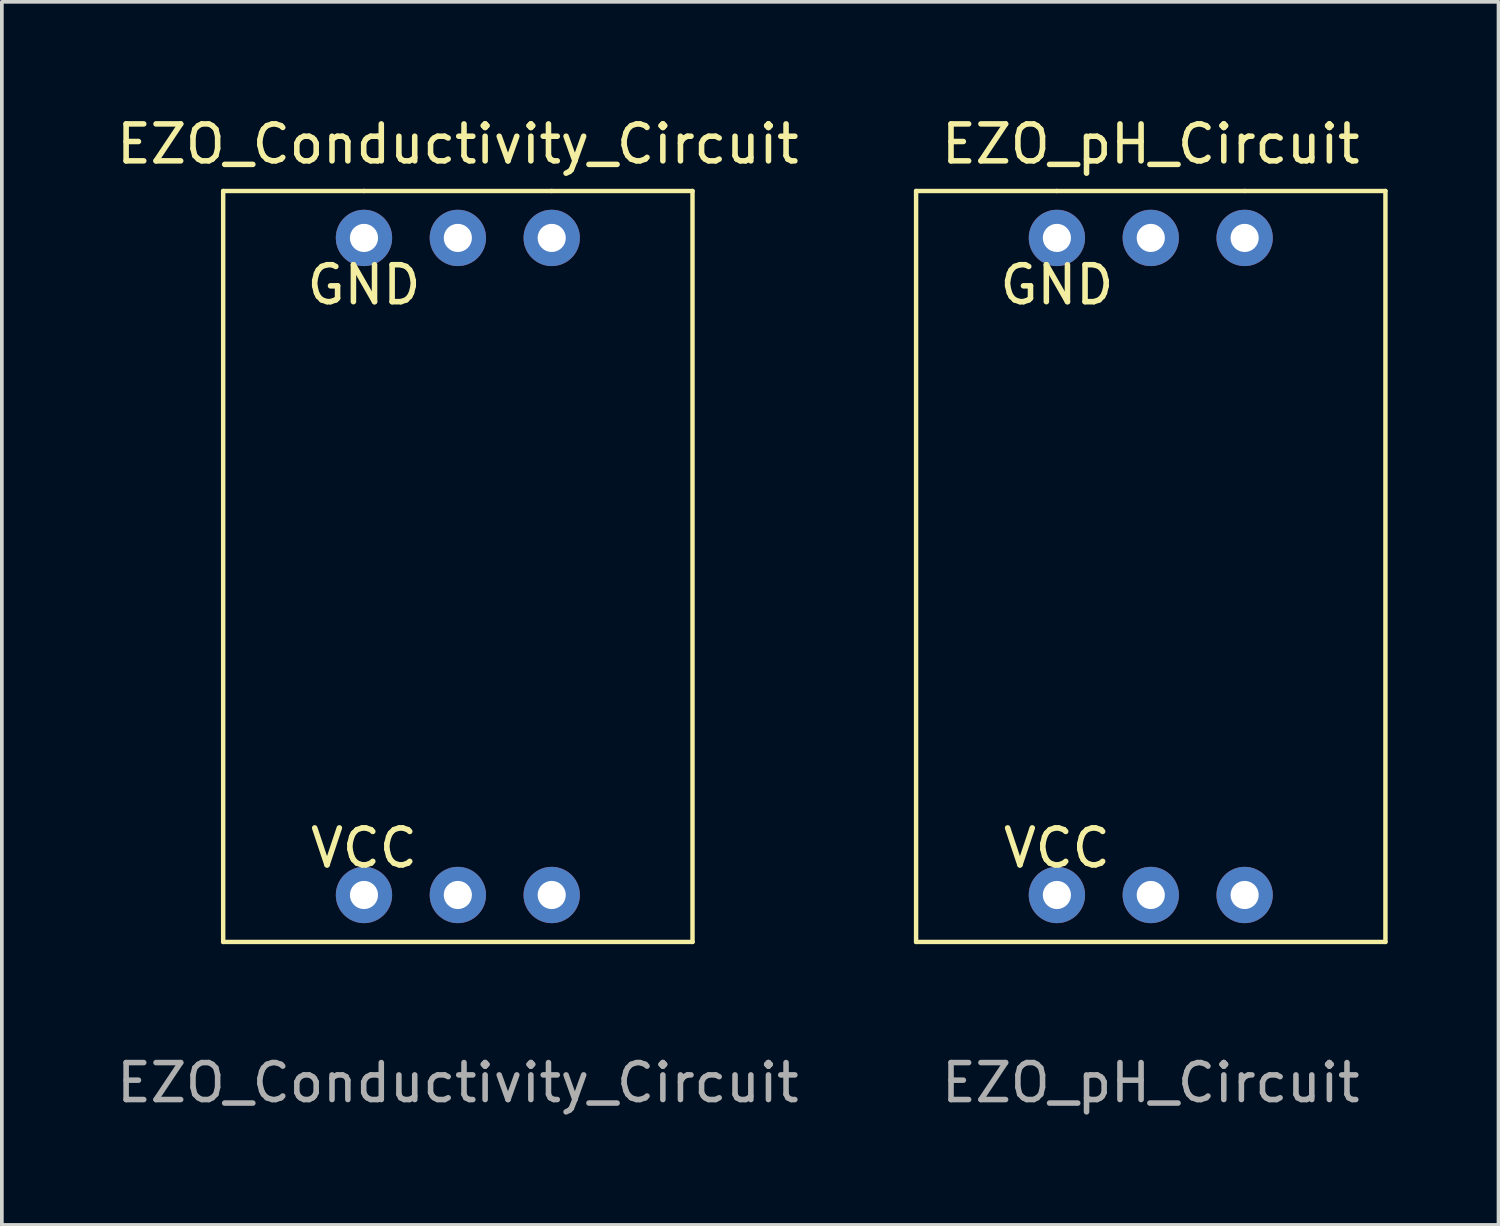
<source format=kicad_pcb>
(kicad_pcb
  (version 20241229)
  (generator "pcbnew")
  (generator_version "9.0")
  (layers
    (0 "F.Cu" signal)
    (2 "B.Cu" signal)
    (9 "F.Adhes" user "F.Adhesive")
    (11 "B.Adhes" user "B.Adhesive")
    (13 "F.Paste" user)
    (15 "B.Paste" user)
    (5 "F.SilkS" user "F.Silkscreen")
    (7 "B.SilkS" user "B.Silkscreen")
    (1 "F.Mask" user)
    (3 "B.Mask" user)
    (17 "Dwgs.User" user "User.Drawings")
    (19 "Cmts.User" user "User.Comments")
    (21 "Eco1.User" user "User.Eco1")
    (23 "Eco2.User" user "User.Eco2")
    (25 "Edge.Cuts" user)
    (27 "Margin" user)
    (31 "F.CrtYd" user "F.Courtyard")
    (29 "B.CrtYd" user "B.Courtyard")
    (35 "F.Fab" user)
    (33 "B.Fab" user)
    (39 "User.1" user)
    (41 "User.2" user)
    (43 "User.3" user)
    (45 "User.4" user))
  (footprint "EZO_Conductivity_Circuit"
    (layer "F.Cu")
    (at 9.339 12.278)
    (property "Reference" "EZO_Conductivity_Circuit" (at 0 -11.43 0) (unlocked yes) (layer "F.SilkS") (effects (font (size 1 1) (thickness 0.15))))
    (attr through_hole)
    (fp_line (start -6.35 -10.16) (end -2.54 -10.16) (stroke (width 0.12) (type solid)) (layer "F.SilkS"))
    (fp_line (start -6.35 10.16) (end -6.35 -10.16) (stroke (width 0.12) (type solid)) (layer "F.SilkS"))
    (fp_line (start -2.54 -10.16) (end 2.54 -10.16) (stroke (width 0.12) (type solid)) (layer "F.SilkS"))
    (fp_line (start 2.54 -10.16) (end 6.35 -10.16) (stroke (width 0.12) (type solid)) (layer "F.SilkS"))
    (fp_line (start 6.35 -10.16) (end 6.35 10.16) (stroke (width 0.12) (type solid)) (layer "F.SilkS"))
    (fp_line (start 6.35 10.16) (end -6.35 10.16) (stroke (width 0.12) (type solid)) (layer "F.SilkS"))
    (fp_text user "VCC" (at -2.54 7.62 0) (unlocked yes) (layer "F.SilkS") (effects (font (size 1 1) (thickness 0.15))))
    (fp_text user "GND" (at -2.54 -7.62 0) (unlocked yes) (layer "F.SilkS") (effects (font (size 1 1) (thickness 0.15))))
    (fp_text user "${REFERENCE}" (at 0 13.97 0) (unlocked yes) (layer "F.Fab") (effects (font (size 1 1) (thickness 0.15))))
    (pad "1" thru_hole circle (at -2.54 8.89) (size 1.524 1.524) (drill 0.762) (layers "*.Cu" "*.Mask"))
    (pad "2" thru_hole circle (at 2.54 -8.89) (size 1.524 1.524) (drill 0.762) (layers "*.Cu" "*.Mask"))
    (pad "3" thru_hole circle (at 0 -8.89) (size 1.524 1.524) (drill 0.762) (layers "*.Cu" "*.Mask"))
    (pad "4" thru_hole circle (at 2.54 8.89) (size 1.524 1.524) (drill 0.762) (layers "*.Cu" "*.Mask"))
    (pad "5" thru_hole circle (at 0 8.89) (size 1.524 1.524) (drill 0.762) (layers "*.Cu" "*.Mask"))
    (pad "6" thru_hole circle (at -2.54 -8.89) (size 1.524 1.524) (drill 0.762) (layers "*.Cu" "*.Mask")))
  (footprint "EZO_pH_Circuit"
    (layer "F.Cu")
    (at 28.089 11.008)
    (property "Reference" "EZO_pH_Circuit" (at 0 -10.16 0) (unlocked yes) (layer "F.SilkS") (effects (font (size 1 1) (thickness 0.15))))
    (attr through_hole)
    (fp_line (start -6.35 -8.89) (end -2.54 -8.89) (stroke (width 0.12) (type solid)) (layer "F.SilkS"))
    (fp_line (start -6.35 11.43) (end -6.35 -8.89) (stroke (width 0.12) (type solid)) (layer "F.SilkS"))
    (fp_line (start -2.54 -8.89) (end 2.54 -8.89) (stroke (width 0.12) (type solid)) (layer "F.SilkS"))
    (fp_line (start 2.54 -8.89) (end 6.35 -8.89) (stroke (width 0.12) (type solid)) (layer "F.SilkS"))
    (fp_line (start 6.35 -8.89) (end 6.35 11.43) (stroke (width 0.12) (type solid)) (layer "F.SilkS"))
    (fp_line (start 6.35 11.43) (end -6.35 11.43) (stroke (width 0.12) (type solid)) (layer "F.SilkS"))
    (fp_text user "GND" (at -2.54 -6.35 0) (unlocked yes) (layer "F.SilkS") (effects (font (size 1 1) (thickness 0.15))))
    (fp_text user "VCC" (at -2.54 8.89 0) (unlocked yes) (layer "F.SilkS") (effects (font (size 1 1) (thickness 0.15))))
    (fp_text user "${REFERENCE}" (at 0 15.24 0) (unlocked yes) (layer "F.Fab") (effects (font (size 1 1) (thickness 0.15))))
    (pad "1" thru_hole circle (at -2.54 10.16) (size 1.524 1.524) (drill 0.762) (layers "*.Cu" "*.Mask"))
    (pad "2" thru_hole circle (at 2.54 -7.62) (size 1.524 1.524) (drill 0.762) (layers "*.Cu" "*.Mask"))
    (pad "3" thru_hole circle (at 0 -7.62) (size 1.524 1.524) (drill 0.762) (layers "*.Cu" "*.Mask"))
    (pad "4" thru_hole circle (at 2.54 10.16) (size 1.524 1.524) (drill 0.762) (layers "*.Cu" "*.Mask"))
    (pad "5" thru_hole circle (at 0 10.16) (size 1.524 1.524) (drill 0.762) (layers "*.Cu" "*.Mask"))
    (pad "6" thru_hole circle (at -2.54 -7.62) (size 1.524 1.524) (drill 0.762) (layers "*.Cu" "*.Mask")))
  (gr_rect
    (start -3 -3)
    (end 37.499 30.096)
    (stroke (width 0.1) (type default))
    (fill no)
    (layer "Edge.Cuts")))
</source>
